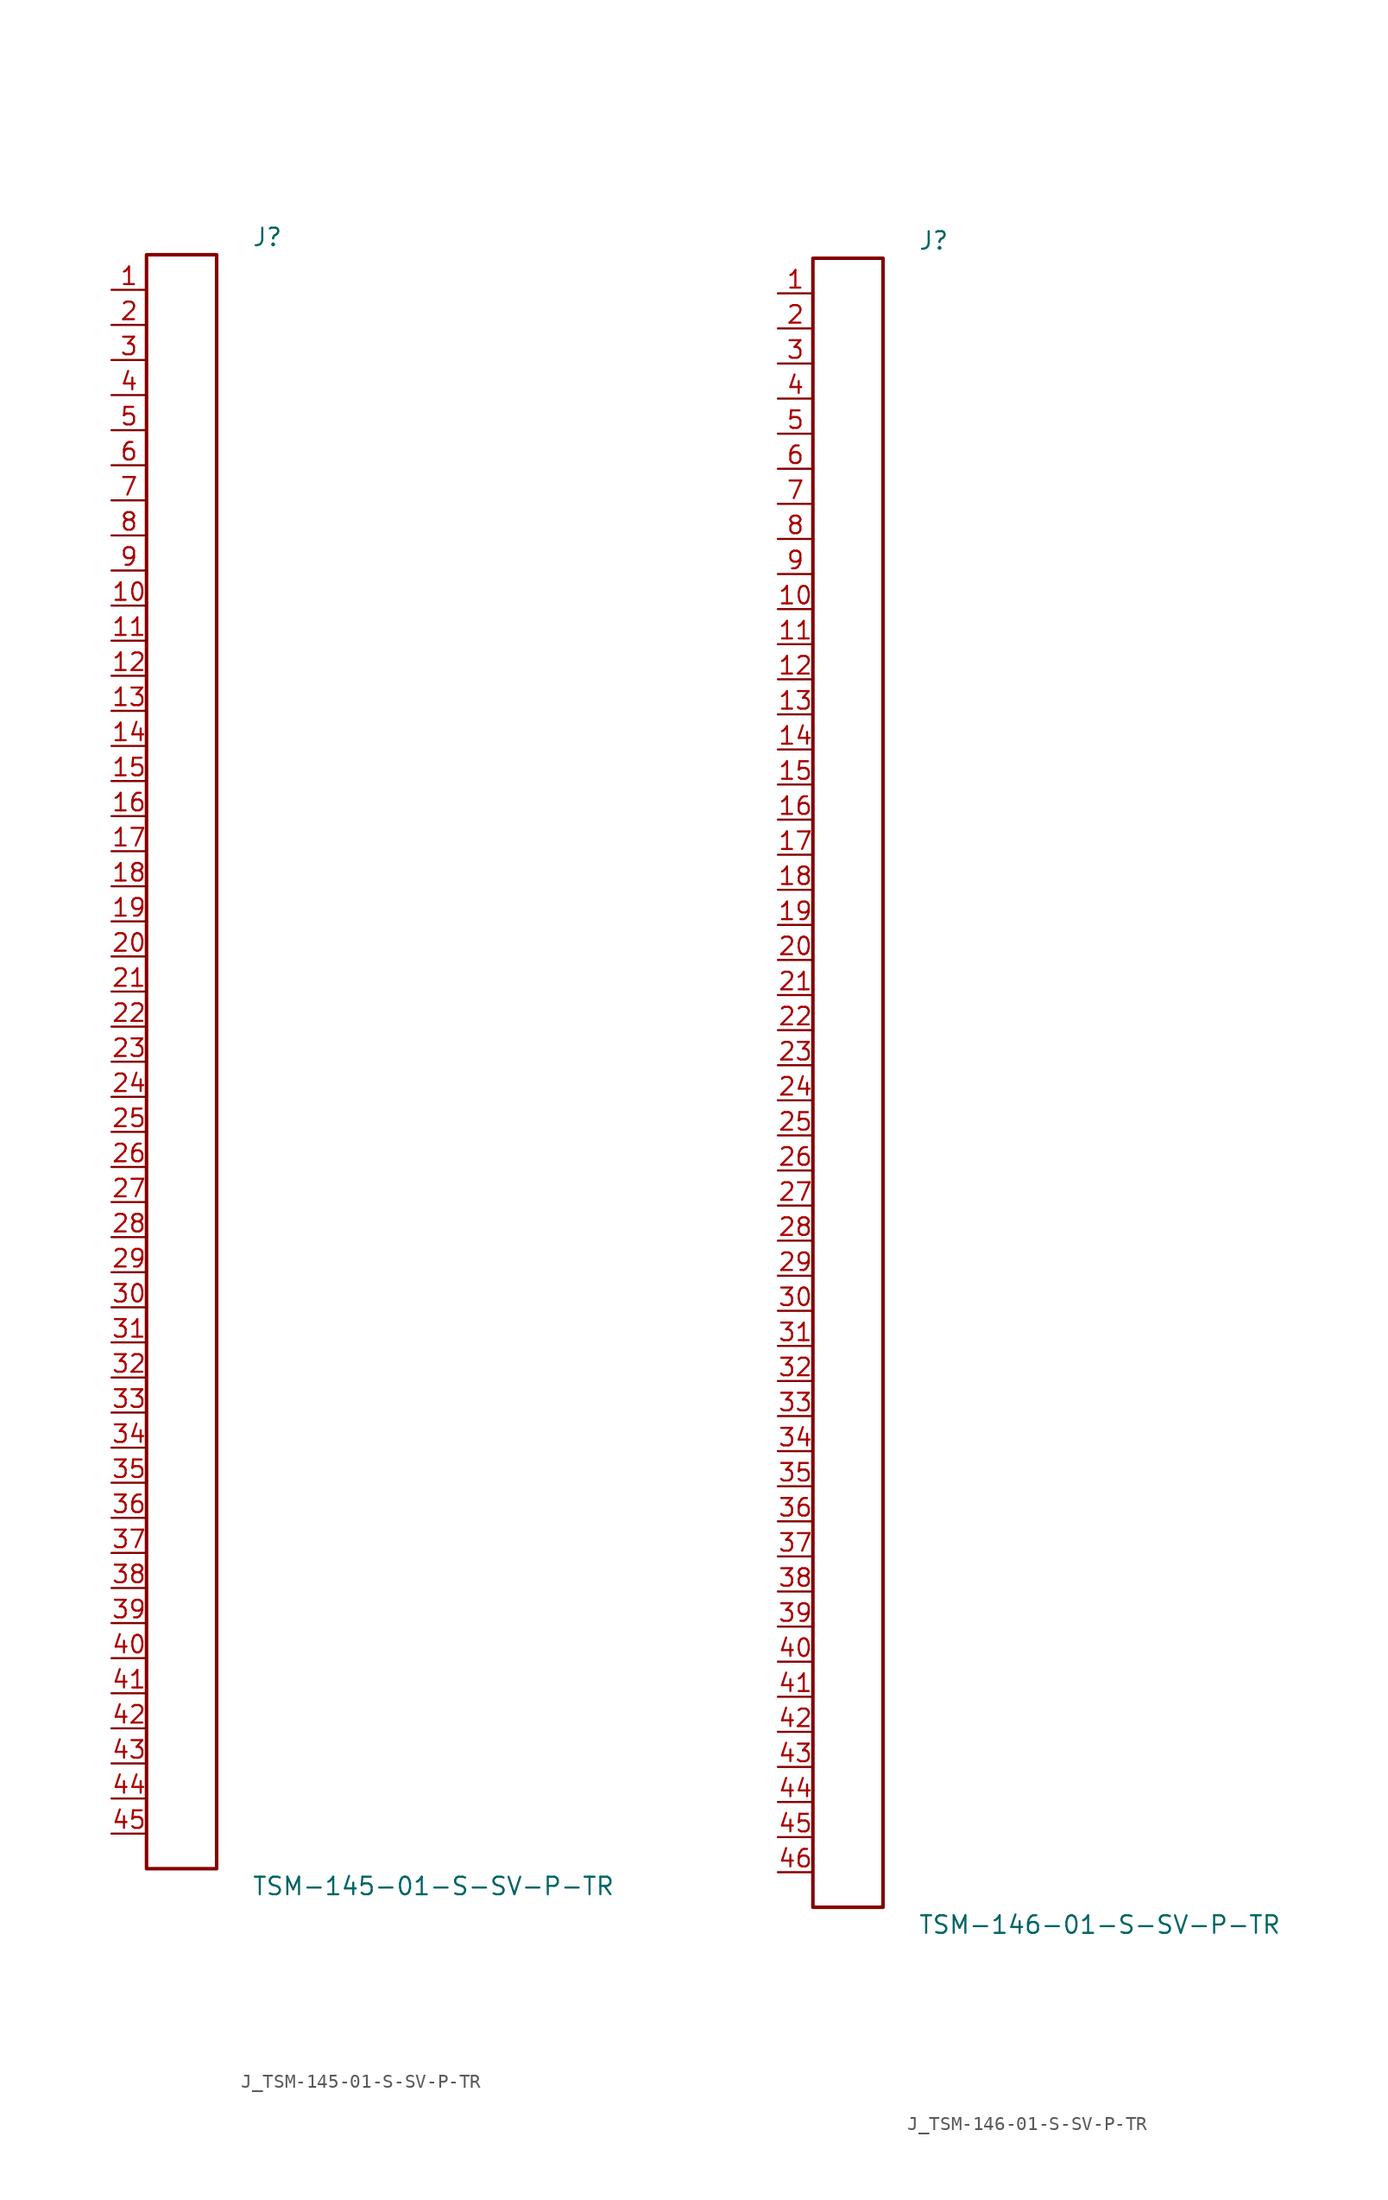
<source format=kicad_sym>
(kicad_symbol_lib
  (version 20231120)
  (generator kicad_symbol_editor)
  (generator_version 8.0)
  (symbol "J_TSM-145-01-S-SV-P-TR"
    (pin_names
      (offset 0.254))
    (property "Reference" "J"
      (at 5.08 59.69 0)
      (effects (font (size 1.27 1.27)) (justify left)))
    (property "Value" "TSM-145-01-S-SV-P-TR"
      (at 5.08 -59.69 0)
      (effects (font (size 1.27 1.27)) (justify left)))
    (symbol "J_TSM-145-01-S-SV-P-TR_0_0"
      (pin unspecified line (at -5.08 55.88 0) (length 2.54) (name "" (effects (font (size 1.27 1.27)))) (number "1" (effects (font (size 1.27 1.27)))))
      (pin unspecified line (at -5.08 53.34 0) (length 2.54) (name "" (effects (font (size 1.27 1.27)))) (number "2" (effects (font (size 1.27 1.27)))))
      (pin unspecified line (at -5.08 50.8 0) (length 2.54) (name "" (effects (font (size 1.27 1.27)))) (number "3" (effects (font (size 1.27 1.27)))))
      (pin unspecified line (at -5.08 48.26 0) (length 2.54) (name "" (effects (font (size 1.27 1.27)))) (number "4" (effects (font (size 1.27 1.27)))))
      (pin unspecified line (at -5.08 45.72 0) (length 2.54) (name "" (effects (font (size 1.27 1.27)))) (number "5" (effects (font (size 1.27 1.27)))))
      (pin unspecified line (at -5.08 43.18 0) (length 2.54) (name "" (effects (font (size 1.27 1.27)))) (number "6" (effects (font (size 1.27 1.27)))))
      (pin unspecified line (at -5.08 40.64 0) (length 2.54) (name "" (effects (font (size 1.27 1.27)))) (number "7" (effects (font (size 1.27 1.27)))))
      (pin unspecified line (at -5.08 38.1 0) (length 2.54) (name "" (effects (font (size 1.27 1.27)))) (number "8" (effects (font (size 1.27 1.27)))))
      (pin unspecified line (at -5.08 35.56 0) (length 2.54) (name "" (effects (font (size 1.27 1.27)))) (number "9" (effects (font (size 1.27 1.27)))))
      (pin unspecified line (at -5.08 33.02 0) (length 2.54) (name "" (effects (font (size 1.27 1.27)))) (number "10" (effects (font (size 1.27 1.27)))))
      (pin unspecified line (at -5.08 30.48 0) (length 2.54) (name "" (effects (font (size 1.27 1.27)))) (number "11" (effects (font (size 1.27 1.27)))))
      (pin unspecified line (at -5.08 27.94 0) (length 2.54) (name "" (effects (font (size 1.27 1.27)))) (number "12" (effects (font (size 1.27 1.27)))))
      (pin unspecified line (at -5.08 25.4 0) (length 2.54) (name "" (effects (font (size 1.27 1.27)))) (number "13" (effects (font (size 1.27 1.27)))))
      (pin unspecified line (at -5.08 22.86 0) (length 2.54) (name "" (effects (font (size 1.27 1.27)))) (number "14" (effects (font (size 1.27 1.27)))))
      (pin unspecified line (at -5.08 20.32 0) (length 2.54) (name "" (effects (font (size 1.27 1.27)))) (number "15" (effects (font (size 1.27 1.27)))))
      (pin unspecified line (at -5.08 17.78 0) (length 2.54) (name "" (effects (font (size 1.27 1.27)))) (number "16" (effects (font (size 1.27 1.27)))))
      (pin unspecified line (at -5.08 15.24 0) (length 2.54) (name "" (effects (font (size 1.27 1.27)))) (number "17" (effects (font (size 1.27 1.27)))))
      (pin unspecified line (at -5.08 12.7 0) (length 2.54) (name "" (effects (font (size 1.27 1.27)))) (number "18" (effects (font (size 1.27 1.27)))))
      (pin unspecified line (at -5.08 10.16 0) (length 2.54) (name "" (effects (font (size 1.27 1.27)))) (number "19" (effects (font (size 1.27 1.27)))))
      (pin unspecified line (at -5.08 7.62 0) (length 2.54) (name "" (effects (font (size 1.27 1.27)))) (number "20" (effects (font (size 1.27 1.27)))))
      (pin unspecified line (at -5.08 5.08 0) (length 2.54) (name "" (effects (font (size 1.27 1.27)))) (number "21" (effects (font (size 1.27 1.27)))))
      (pin unspecified line (at -5.08 2.54 0) (length 2.54) (name "" (effects (font (size 1.27 1.27)))) (number "22" (effects (font (size 1.27 1.27)))))
      (pin unspecified line (at -5.08 0.0 0) (length 2.54) (name "" (effects (font (size 1.27 1.27)))) (number "23" (effects (font (size 1.27 1.27)))))
      (pin unspecified line (at -5.08 -2.54 0) (length 2.54) (name "" (effects (font (size 1.27 1.27)))) (number "24" (effects (font (size 1.27 1.27)))))
      (pin unspecified line (at -5.08 -5.08 0) (length 2.54) (name "" (effects (font (size 1.27 1.27)))) (number "25" (effects (font (size 1.27 1.27)))))
      (pin unspecified line (at -5.08 -7.62 0) (length 2.54) (name "" (effects (font (size 1.27 1.27)))) (number "26" (effects (font (size 1.27 1.27)))))
      (pin unspecified line (at -5.08 -10.16 0) (length 2.54) (name "" (effects (font (size 1.27 1.27)))) (number "27" (effects (font (size 1.27 1.27)))))
      (pin unspecified line (at -5.08 -12.7 0) (length 2.54) (name "" (effects (font (size 1.27 1.27)))) (number "28" (effects (font (size 1.27 1.27)))))
      (pin unspecified line (at -5.08 -15.24 0) (length 2.54) (name "" (effects (font (size 1.27 1.27)))) (number "29" (effects (font (size 1.27 1.27)))))
      (pin unspecified line (at -5.08 -17.78 0) (length 2.54) (name "" (effects (font (size 1.27 1.27)))) (number "30" (effects (font (size 1.27 1.27)))))
      (pin unspecified line (at -5.08 -20.32 0) (length 2.54) (name "" (effects (font (size 1.27 1.27)))) (number "31" (effects (font (size 1.27 1.27)))))
      (pin unspecified line (at -5.08 -22.86 0) (length 2.54) (name "" (effects (font (size 1.27 1.27)))) (number "32" (effects (font (size 1.27 1.27)))))
      (pin unspecified line (at -5.08 -25.4 0) (length 2.54) (name "" (effects (font (size 1.27 1.27)))) (number "33" (effects (font (size 1.27 1.27)))))
      (pin unspecified line (at -5.08 -27.94 0) (length 2.54) (name "" (effects (font (size 1.27 1.27)))) (number "34" (effects (font (size 1.27 1.27)))))
      (pin unspecified line (at -5.08 -30.48 0) (length 2.54) (name "" (effects (font (size 1.27 1.27)))) (number "35" (effects (font (size 1.27 1.27)))))
      (pin unspecified line (at -5.08 -33.02 0) (length 2.54) (name "" (effects (font (size 1.27 1.27)))) (number "36" (effects (font (size 1.27 1.27)))))
      (pin unspecified line (at -5.08 -35.56 0) (length 2.54) (name "" (effects (font (size 1.27 1.27)))) (number "37" (effects (font (size 1.27 1.27)))))
      (pin unspecified line (at -5.08 -38.1 0) (length 2.54) (name "" (effects (font (size 1.27 1.27)))) (number "38" (effects (font (size 1.27 1.27)))))
      (pin unspecified line (at -5.08 -40.64 0) (length 2.54) (name "" (effects (font (size 1.27 1.27)))) (number "39" (effects (font (size 1.27 1.27)))))
      (pin unspecified line (at -5.08 -43.18 0) (length 2.54) (name "" (effects (font (size 1.27 1.27)))) (number "40" (effects (font (size 1.27 1.27)))))
      (pin unspecified line (at -5.08 -45.72 0) (length 2.54) (name "" (effects (font (size 1.27 1.27)))) (number "41" (effects (font (size 1.27 1.27)))))
      (pin unspecified line (at -5.08 -48.26 0) (length 2.54) (name "" (effects (font (size 1.27 1.27)))) (number "42" (effects (font (size 1.27 1.27)))))
      (pin unspecified line (at -5.08 -50.8 0) (length 2.54) (name "" (effects (font (size 1.27 1.27)))) (number "43" (effects (font (size 1.27 1.27)))))
      (pin unspecified line (at -5.08 -53.34 0) (length 2.54) (name "" (effects (font (size 1.27 1.27)))) (number "44" (effects (font (size 1.27 1.27)))))
      (pin unspecified line (at -5.08 -55.88 0) (length 2.54) (name "" (effects (font (size 1.27 1.27)))) (number "45" (effects (font (size 1.27 1.27))))))
    (symbol "J_TSM-145-01-S-SV-P-TR_1_0"
      (rectangle (start -2.54 58.42) (end 2.54 -58.42) (stroke (width 0.254) (type solid)) (fill (type none)))))
  (symbol "J_TSM-146-01-S-SV-P-TR"
    (pin_names
      (offset 0.254))
    (property "Reference" "J"
      (at 5.08 60.96 0)
      (effects (font (size 1.27 1.27)) (justify left)))
    (property "Value" "TSM-146-01-S-SV-P-TR"
      (at 5.08 -60.96 0)
      (effects (font (size 1.27 1.27)) (justify left)))
    (symbol "J_TSM-146-01-S-SV-P-TR_0_0"
      (pin unspecified line (at -5.08 57.15 0) (length 2.54) (name "" (effects (font (size 1.27 1.27)))) (number "1" (effects (font (size 1.27 1.27)))))
      (pin unspecified line (at -5.08 54.61 0) (length 2.54) (name "" (effects (font (size 1.27 1.27)))) (number "2" (effects (font (size 1.27 1.27)))))
      (pin unspecified line (at -5.08 52.07 0) (length 2.54) (name "" (effects (font (size 1.27 1.27)))) (number "3" (effects (font (size 1.27 1.27)))))
      (pin unspecified line (at -5.08 49.53 0) (length 2.54) (name "" (effects (font (size 1.27 1.27)))) (number "4" (effects (font (size 1.27 1.27)))))
      (pin unspecified line (at -5.08 46.99 0) (length 2.54) (name "" (effects (font (size 1.27 1.27)))) (number "5" (effects (font (size 1.27 1.27)))))
      (pin unspecified line (at -5.08 44.45 0) (length 2.54) (name "" (effects (font (size 1.27 1.27)))) (number "6" (effects (font (size 1.27 1.27)))))
      (pin unspecified line (at -5.08 41.91 0) (length 2.54) (name "" (effects (font (size 1.27 1.27)))) (number "7" (effects (font (size 1.27 1.27)))))
      (pin unspecified line (at -5.08 39.37 0) (length 2.54) (name "" (effects (font (size 1.27 1.27)))) (number "8" (effects (font (size 1.27 1.27)))))
      (pin unspecified line (at -5.08 36.83 0) (length 2.54) (name "" (effects (font (size 1.27 1.27)))) (number "9" (effects (font (size 1.27 1.27)))))
      (pin unspecified line (at -5.08 34.29 0) (length 2.54) (name "" (effects (font (size 1.27 1.27)))) (number "10" (effects (font (size 1.27 1.27)))))
      (pin unspecified line (at -5.08 31.75 0) (length 2.54) (name "" (effects (font (size 1.27 1.27)))) (number "11" (effects (font (size 1.27 1.27)))))
      (pin unspecified line (at -5.08 29.21 0) (length 2.54) (name "" (effects (font (size 1.27 1.27)))) (number "12" (effects (font (size 1.27 1.27)))))
      (pin unspecified line (at -5.08 26.67 0) (length 2.54) (name "" (effects (font (size 1.27 1.27)))) (number "13" (effects (font (size 1.27 1.27)))))
      (pin unspecified line (at -5.08 24.13 0) (length 2.54) (name "" (effects (font (size 1.27 1.27)))) (number "14" (effects (font (size 1.27 1.27)))))
      (pin unspecified line (at -5.08 21.59 0) (length 2.54) (name "" (effects (font (size 1.27 1.27)))) (number "15" (effects (font (size 1.27 1.27)))))
      (pin unspecified line (at -5.08 19.05 0) (length 2.54) (name "" (effects (font (size 1.27 1.27)))) (number "16" (effects (font (size 1.27 1.27)))))
      (pin unspecified line (at -5.08 16.51 0) (length 2.54) (name "" (effects (font (size 1.27 1.27)))) (number "17" (effects (font (size 1.27 1.27)))))
      (pin unspecified line (at -5.08 13.97 0) (length 2.54) (name "" (effects (font (size 1.27 1.27)))) (number "18" (effects (font (size 1.27 1.27)))))
      (pin unspecified line (at -5.08 11.43 0) (length 2.54) (name "" (effects (font (size 1.27 1.27)))) (number "19" (effects (font (size 1.27 1.27)))))
      (pin unspecified line (at -5.08 8.89 0) (length 2.54) (name "" (effects (font (size 1.27 1.27)))) (number "20" (effects (font (size 1.27 1.27)))))
      (pin unspecified line (at -5.08 6.35 0) (length 2.54) (name "" (effects (font (size 1.27 1.27)))) (number "21" (effects (font (size 1.27 1.27)))))
      (pin unspecified line (at -5.08 3.81 0) (length 2.54) (name "" (effects (font (size 1.27 1.27)))) (number "22" (effects (font (size 1.27 1.27)))))
      (pin unspecified line (at -5.08 1.27 0) (length 2.54) (name "" (effects (font (size 1.27 1.27)))) (number "23" (effects (font (size 1.27 1.27)))))
      (pin unspecified line (at -5.08 -1.27 0) (length 2.54) (name "" (effects (font (size 1.27 1.27)))) (number "24" (effects (font (size 1.27 1.27)))))
      (pin unspecified line (at -5.08 -3.81 0) (length 2.54) (name "" (effects (font (size 1.27 1.27)))) (number "25" (effects (font (size 1.27 1.27)))))
      (pin unspecified line (at -5.08 -6.35 0) (length 2.54) (name "" (effects (font (size 1.27 1.27)))) (number "26" (effects (font (size 1.27 1.27)))))
      (pin unspecified line (at -5.08 -8.89 0) (length 2.54) (name "" (effects (font (size 1.27 1.27)))) (number "27" (effects (font (size 1.27 1.27)))))
      (pin unspecified line (at -5.08 -11.43 0) (length 2.54) (name "" (effects (font (size 1.27 1.27)))) (number "28" (effects (font (size 1.27 1.27)))))
      (pin unspecified line (at -5.08 -13.97 0) (length 2.54) (name "" (effects (font (size 1.27 1.27)))) (number "29" (effects (font (size 1.27 1.27)))))
      (pin unspecified line (at -5.08 -16.51 0) (length 2.54) (name "" (effects (font (size 1.27 1.27)))) (number "30" (effects (font (size 1.27 1.27)))))
      (pin unspecified line (at -5.08 -19.05 0) (length 2.54) (name "" (effects (font (size 1.27 1.27)))) (number "31" (effects (font (size 1.27 1.27)))))
      (pin unspecified line (at -5.08 -21.59 0) (length 2.54) (name "" (effects (font (size 1.27 1.27)))) (number "32" (effects (font (size 1.27 1.27)))))
      (pin unspecified line (at -5.08 -24.13 0) (length 2.54) (name "" (effects (font (size 1.27 1.27)))) (number "33" (effects (font (size 1.27 1.27)))))
      (pin unspecified line (at -5.08 -26.67 0) (length 2.54) (name "" (effects (font (size 1.27 1.27)))) (number "34" (effects (font (size 1.27 1.27)))))
      (pin unspecified line (at -5.08 -29.21 0) (length 2.54) (name "" (effects (font (size 1.27 1.27)))) (number "35" (effects (font (size 1.27 1.27)))))
      (pin unspecified line (at -5.08 -31.75 0) (length 2.54) (name "" (effects (font (size 1.27 1.27)))) (number "36" (effects (font (size 1.27 1.27)))))
      (pin unspecified line (at -5.08 -34.29 0) (length 2.54) (name "" (effects (font (size 1.27 1.27)))) (number "37" (effects (font (size 1.27 1.27)))))
      (pin unspecified line (at -5.08 -36.83 0) (length 2.54) (name "" (effects (font (size 1.27 1.27)))) (number "38" (effects (font (size 1.27 1.27)))))
      (pin unspecified line (at -5.08 -39.37 0) (length 2.54) (name "" (effects (font (size 1.27 1.27)))) (number "39" (effects (font (size 1.27 1.27)))))
      (pin unspecified line (at -5.08 -41.91 0) (length 2.54) (name "" (effects (font (size 1.27 1.27)))) (number "40" (effects (font (size 1.27 1.27)))))
      (pin unspecified line (at -5.08 -44.45 0) (length 2.54) (name "" (effects (font (size 1.27 1.27)))) (number "41" (effects (font (size 1.27 1.27)))))
      (pin unspecified line (at -5.08 -46.99 0) (length 2.54) (name "" (effects (font (size 1.27 1.27)))) (number "42" (effects (font (size 1.27 1.27)))))
      (pin unspecified line (at -5.08 -49.53 0) (length 2.54) (name "" (effects (font (size 1.27 1.27)))) (number "43" (effects (font (size 1.27 1.27)))))
      (pin unspecified line (at -5.08 -52.07 0) (length 2.54) (name "" (effects (font (size 1.27 1.27)))) (number "44" (effects (font (size 1.27 1.27)))))
      (pin unspecified line (at -5.08 -54.61 0) (length 2.54) (name "" (effects (font (size 1.27 1.27)))) (number "45" (effects (font (size 1.27 1.27)))))
      (pin unspecified line (at -5.08 -57.15 0) (length 2.54) (name "" (effects (font (size 1.27 1.27)))) (number "46" (effects (font (size 1.27 1.27))))))
    (symbol "J_TSM-146-01-S-SV-P-TR_1_0"
      (rectangle (start -2.54 59.69) (end 2.54 -59.69) (stroke (width 0.254) (type solid)) (fill (type none))))))
</source>
